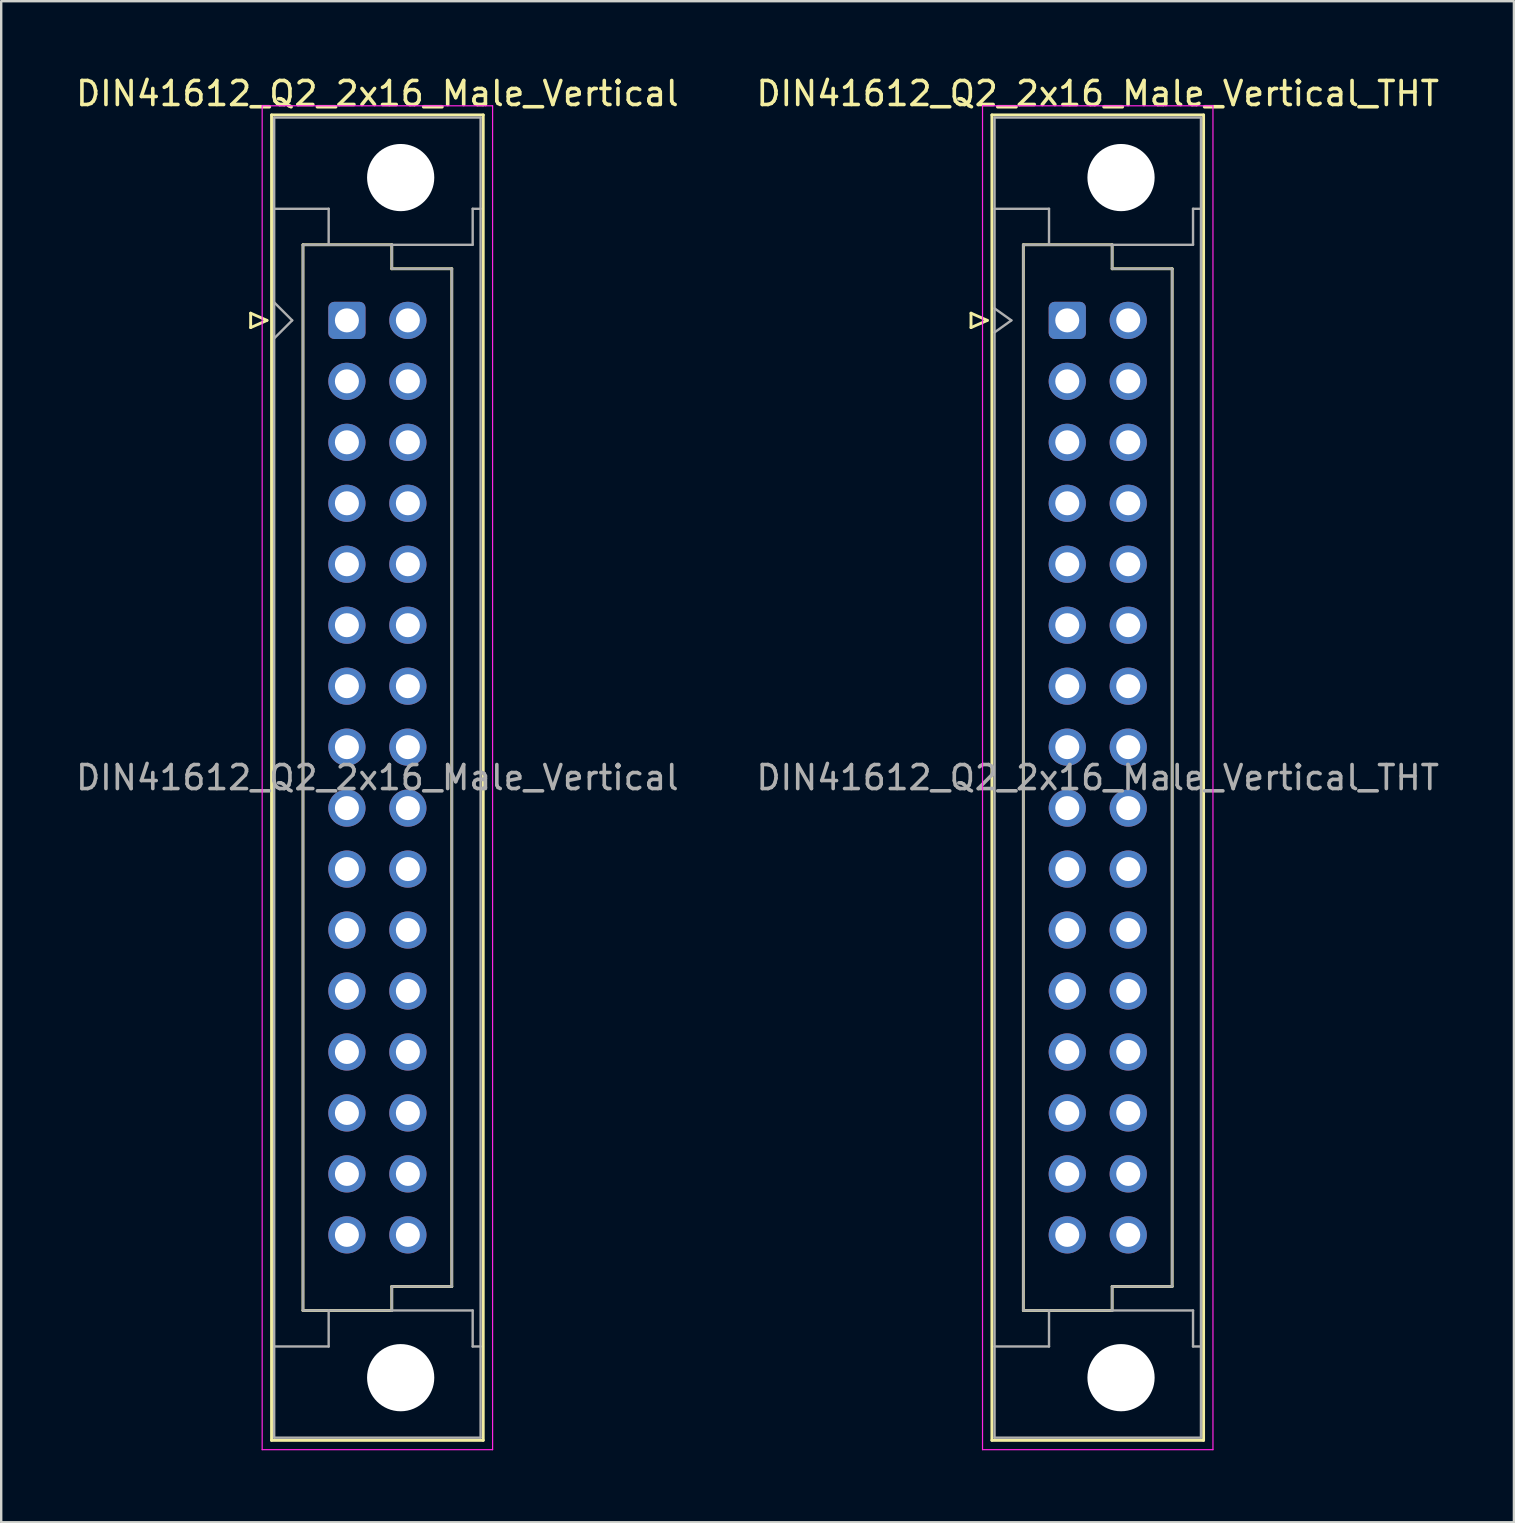
<source format=kicad_pcb>
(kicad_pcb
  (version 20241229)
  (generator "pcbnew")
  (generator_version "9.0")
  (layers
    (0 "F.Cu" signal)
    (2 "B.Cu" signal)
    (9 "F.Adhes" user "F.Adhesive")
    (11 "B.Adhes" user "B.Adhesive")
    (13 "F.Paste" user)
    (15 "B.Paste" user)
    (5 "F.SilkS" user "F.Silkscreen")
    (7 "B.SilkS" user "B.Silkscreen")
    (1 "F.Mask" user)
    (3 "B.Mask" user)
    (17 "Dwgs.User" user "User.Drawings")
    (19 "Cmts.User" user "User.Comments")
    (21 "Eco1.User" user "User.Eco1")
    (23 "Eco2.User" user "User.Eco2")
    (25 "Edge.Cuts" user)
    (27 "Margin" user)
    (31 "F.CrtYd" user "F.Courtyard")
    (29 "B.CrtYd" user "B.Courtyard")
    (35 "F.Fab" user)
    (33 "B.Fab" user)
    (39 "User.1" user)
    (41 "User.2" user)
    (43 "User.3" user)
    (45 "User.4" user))
  (footprint "DIN41612_Q2_2x16_Male_Vertical"
    (layer "F.Cu")
    (at 11.403 10.298)
    (property "Reference" "DIN41612_Q2_2x16_Male_Vertical" (at 1.27 -9.45 0) (layer "F.SilkS") (effects (font (size 1 1) (thickness 0.15))))
    (attr through_hole)
    (fp_line (start -4.01 -0.3) (end -4.01 0.3) (stroke (width 0.12) (type solid)) (layer "F.SilkS"))
    (fp_line (start -4.01 0.3) (end -3.33 0) (stroke (width 0.12) (type solid)) (layer "F.SilkS"))
    (fp_line (start -3.33 0) (end -4.01 -0.3) (stroke (width 0.12) (type solid)) (layer "F.SilkS"))
    (fp_line (start -3.14 -8.56) (end 5.68 -8.56) (stroke (width 0.12) (type solid)) (layer "F.SilkS"))
    (fp_line (start -3.14 46.66) (end -3.14 -8.56) (stroke (width 0.12) (type solid)) (layer "F.SilkS"))
    (fp_line (start -1.83 -3.15) (end 1.87 -3.15) (stroke (width 0.12) (type solid)) (layer "F.SilkS"))
    (fp_line (start -1.83 41.25) (end -1.83 -3.15) (stroke (width 0.12) (type solid)) (layer "F.SilkS"))
    (fp_line (start 1.87 -3.15) (end 1.87 -2.15) (stroke (width 0.12) (type solid)) (layer "F.SilkS"))
    (fp_line (start 1.87 -2.15) (end 4.37 -2.15) (stroke (width 0.12) (type solid)) (layer "F.SilkS"))
    (fp_line (start 1.87 40.25) (end 1.87 41.25) (stroke (width 0.12) (type solid)) (layer "F.SilkS"))
    (fp_line (start 1.87 41.25) (end -1.83 41.25) (stroke (width 0.12) (type solid)) (layer "F.SilkS"))
    (fp_line (start 4.37 -2.15) (end 4.37 40.25) (stroke (width 0.12) (type solid)) (layer "F.SilkS"))
    (fp_line (start 4.37 40.25) (end 1.87 40.25) (stroke (width 0.12) (type solid)) (layer "F.SilkS"))
    (fp_line (start 5.68 -8.56) (end 5.68 46.66) (stroke (width 0.12) (type solid)) (layer "F.SilkS"))
    (fp_line (start 5.68 46.66) (end -3.14 46.66) (stroke (width 0.12) (type solid)) (layer "F.SilkS"))
    (fp_line (start -3.53 -8.94) (end 6.07 -8.94) (stroke (width 0.05) (type solid)) (layer "F.CrtYd"))
    (fp_line (start -3.53 47.05) (end -3.53 -8.94) (stroke (width 0.05) (type solid)) (layer "F.CrtYd"))
    (fp_line (start 6.07 -8.94) (end 6.07 47.05) (stroke (width 0.05) (type solid)) (layer "F.CrtYd"))
    (fp_line (start 6.07 47.05) (end -3.53 47.05) (stroke (width 0.05) (type solid)) (layer "F.CrtYd"))
    (fp_line (start -3.03 -8.45) (end 5.57 -8.45) (stroke (width 0.1) (type solid)) (layer "F.Fab"))
    (fp_line (start -3.03 -4.65) (end -0.76 -4.65) (stroke (width 0.1) (type solid)) (layer "F.Fab"))
    (fp_line (start -3.03 -0.75) (end -2.28 0) (stroke (width 0.1) (type solid)) (layer "F.Fab"))
    (fp_line (start -3.03 42.75) (end -0.76 42.75) (stroke (width 0.1) (type solid)) (layer "F.Fab"))
    (fp_line (start -3.03 46.55) (end -3.03 -8.45) (stroke (width 0.1) (type solid)) (layer "F.Fab"))
    (fp_line (start -2.28 0) (end -3.03 0.75) (stroke (width 0.1) (type solid)) (layer "F.Fab"))
    (fp_line (start -1.83 -3.15) (end 1.87 -3.15) (stroke (width 0.1) (type solid)) (layer "F.Fab"))
    (fp_line (start -1.83 41.25) (end -1.83 -3.15) (stroke (width 0.1) (type solid)) (layer "F.Fab"))
    (fp_line (start -0.76 -4.65) (end -0.76 -3.15) (stroke (width 0.1) (type solid)) (layer "F.Fab"))
    (fp_line (start -0.76 42.75) (end -0.76 41.25) (stroke (width 0.1) (type solid)) (layer "F.Fab"))
    (fp_line (start 1.87 -3.15) (end 1.87 -2.15) (stroke (width 0.1) (type solid)) (layer "F.Fab"))
    (fp_line (start 1.87 -3.15) (end 5.24 -3.15) (stroke (width 0.1) (type solid)) (layer "F.Fab"))
    (fp_line (start 1.87 -2.15) (end 4.37 -2.15) (stroke (width 0.1) (type solid)) (layer "F.Fab"))
    (fp_line (start 1.87 40.25) (end 1.87 41.25) (stroke (width 0.1) (type solid)) (layer "F.Fab"))
    (fp_line (start 1.87 41.25) (end -1.83 41.25) (stroke (width 0.1) (type solid)) (layer "F.Fab"))
    (fp_line (start 1.87 41.25) (end 5.24 41.25) (stroke (width 0.1) (type solid)) (layer "F.Fab"))
    (fp_line (start 4.37 -2.15) (end 4.37 40.25) (stroke (width 0.1) (type solid)) (layer "F.Fab"))
    (fp_line (start 4.37 40.25) (end 1.87 40.25) (stroke (width 0.1) (type solid)) (layer "F.Fab"))
    (fp_line (start 5.24 -4.65) (end 5.57 -4.65) (stroke (width 0.1) (type solid)) (layer "F.Fab"))
    (fp_line (start 5.24 -3.15) (end 5.24 -4.65) (stroke (width 0.1) (type solid)) (layer "F.Fab"))
    (fp_line (start 5.24 41.25) (end 5.24 42.75) (stroke (width 0.1) (type solid)) (layer "F.Fab"))
    (fp_line (start 5.24 42.75) (end 5.57 42.75) (stroke (width 0.1) (type solid)) (layer "F.Fab"))
    (fp_line (start 5.57 -8.45) (end 5.57 46.55) (stroke (width 0.1) (type solid)) (layer "F.Fab"))
    (fp_line (start 5.57 46.55) (end -3.03 46.55) (stroke (width 0.1) (type solid)) (layer "F.Fab"))
    (fp_text user "${REFERENCE}" (at 1.27 19.05 0) (layer "F.Fab") (effects (font (size 1 1) (thickness 0.15))))
    (pad "" np_thru_hole circle (at 2.24 -5.95) (size 2.8 2.8) (drill 2.8) (layers "*.Cu" "*.Mask"))
    (pad "" np_thru_hole circle (at 2.24 44.05) (size 2.8 2.8) (drill 2.8) (layers "*.Cu" "*.Mask"))
    (pad "a1" thru_hole roundrect (at 0 0) (size 1.55 1.55) (drill 1) (layers "*.Cu" "*.Mask") (roundrect_rratio 0.161))
    (pad "a2" thru_hole circle (at 0 2.54) (size 1.55 1.55) (drill 1) (layers "*.Cu" "*.Mask"))
    (pad "a3" thru_hole circle (at 0 5.08) (size 1.55 1.55) (drill 1) (layers "*.Cu" "*.Mask"))
    (pad "a4" thru_hole circle (at 0 7.62) (size 1.55 1.55) (drill 1) (layers "*.Cu" "*.Mask"))
    (pad "a5" thru_hole circle (at 0 10.16) (size 1.55 1.55) (drill 1) (layers "*.Cu" "*.Mask"))
    (pad "a6" thru_hole circle (at 0 12.7) (size 1.55 1.55) (drill 1) (layers "*.Cu" "*.Mask"))
    (pad "a7" thru_hole circle (at 0 15.24) (size 1.55 1.55) (drill 1) (layers "*.Cu" "*.Mask"))
    (pad "a8" thru_hole circle (at 0 17.78) (size 1.55 1.55) (drill 1) (layers "*.Cu" "*.Mask"))
    (pad "a9" thru_hole circle (at 0 20.32) (size 1.55 1.55) (drill 1) (layers "*.Cu" "*.Mask"))
    (pad "a10" thru_hole circle (at 0 22.86) (size 1.55 1.55) (drill 1) (layers "*.Cu" "*.Mask"))
    (pad "a11" thru_hole circle (at 0 25.4) (size 1.55 1.55) (drill 1) (layers "*.Cu" "*.Mask"))
    (pad "a12" thru_hole circle (at 0 27.94) (size 1.55 1.55) (drill 1) (layers "*.Cu" "*.Mask"))
    (pad "a13" thru_hole circle (at 0 30.48) (size 1.55 1.55) (drill 1) (layers "*.Cu" "*.Mask"))
    (pad "a14" thru_hole circle (at 0 33.02) (size 1.55 1.55) (drill 1) (layers "*.Cu" "*.Mask"))
    (pad "a15" thru_hole circle (at 0 35.56) (size 1.55 1.55) (drill 1) (layers "*.Cu" "*.Mask"))
    (pad "a16" thru_hole circle (at 0 38.1) (size 1.55 1.55) (drill 1) (layers "*.Cu" "*.Mask"))
    (pad "b1" thru_hole circle (at 2.54 0) (size 1.55 1.55) (drill 1) (layers "*.Cu" "*.Mask"))
    (pad "b2" thru_hole circle (at 2.54 2.54) (size 1.55 1.55) (drill 1) (layers "*.Cu" "*.Mask"))
    (pad "b3" thru_hole circle (at 2.54 5.08) (size 1.55 1.55) (drill 1) (layers "*.Cu" "*.Mask"))
    (pad "b4" thru_hole circle (at 2.54 7.62) (size 1.55 1.55) (drill 1) (layers "*.Cu" "*.Mask"))
    (pad "b5" thru_hole circle (at 2.54 10.16) (size 1.55 1.55) (drill 1) (layers "*.Cu" "*.Mask"))
    (pad "b6" thru_hole circle (at 2.54 12.7) (size 1.55 1.55) (drill 1) (layers "*.Cu" "*.Mask"))
    (pad "b7" thru_hole circle (at 2.54 15.24) (size 1.55 1.55) (drill 1) (layers "*.Cu" "*.Mask"))
    (pad "b8" thru_hole circle (at 2.54 17.78) (size 1.55 1.55) (drill 1) (layers "*.Cu" "*.Mask"))
    (pad "b9" thru_hole circle (at 2.54 20.32) (size 1.55 1.55) (drill 1) (layers "*.Cu" "*.Mask"))
    (pad "b10" thru_hole circle (at 2.54 22.86) (size 1.55 1.55) (drill 1) (layers "*.Cu" "*.Mask"))
    (pad "b11" thru_hole circle (at 2.54 25.4) (size 1.55 1.55) (drill 1) (layers "*.Cu" "*.Mask"))
    (pad "b12" thru_hole circle (at 2.54 27.94) (size 1.55 1.55) (drill 1) (layers "*.Cu" "*.Mask"))
    (pad "b13" thru_hole circle (at 2.54 30.48) (size 1.55 1.55) (drill 1) (layers "*.Cu" "*.Mask"))
    (pad "b14" thru_hole circle (at 2.54 33.02) (size 1.55 1.55) (drill 1) (layers "*.Cu" "*.Mask"))
    (pad "b15" thru_hole circle (at 2.54 35.56) (size 1.55 1.55) (drill 1) (layers "*.Cu" "*.Mask"))
    (pad "b16" thru_hole circle (at 2.54 38.1) (size 1.55 1.55) (drill 1) (layers "*.Cu" "*.Mask")))
  (footprint "DIN41612_Q2_2x16_Male_Vertical_THT"
    (layer "F.Cu")
    (at 41.415 10.298)
    (property "Reference" "DIN41612_Q2_2x16_Male_Vertical_THT" (at 1.27 -9.45 0) (layer "F.SilkS") (effects (font (size 1 1) (thickness 0.15))))
    (attr through_hole)
    (fp_line (start -4.01 -0.3) (end -4.01 0.3) (stroke (width 0.12) (type solid)) (layer "F.SilkS"))
    (fp_line (start -4.01 0.3) (end -3.33 0) (stroke (width 0.12) (type solid)) (layer "F.SilkS"))
    (fp_line (start -3.33 0) (end -4.01 -0.3) (stroke (width 0.12) (type solid)) (layer "F.SilkS"))
    (fp_line (start -3.14 -8.56) (end 5.68 -8.56) (stroke (width 0.12) (type solid)) (layer "F.SilkS"))
    (fp_line (start -3.14 46.66) (end -3.14 -8.56) (stroke (width 0.12) (type solid)) (layer "F.SilkS"))
    (fp_line (start -1.83 -3.15) (end 1.87 -3.15) (stroke (width 0.12) (type solid)) (layer "F.SilkS"))
    (fp_line (start -1.83 41.25) (end -1.83 -3.15) (stroke (width 0.12) (type solid)) (layer "F.SilkS"))
    (fp_line (start 1.87 -3.15) (end 1.87 -2.15) (stroke (width 0.12) (type solid)) (layer "F.SilkS"))
    (fp_line (start 1.87 -2.15) (end 4.37 -2.15) (stroke (width 0.12) (type solid)) (layer "F.SilkS"))
    (fp_line (start 1.87 40.25) (end 1.87 41.25) (stroke (width 0.12) (type solid)) (layer "F.SilkS"))
    (fp_line (start 1.87 41.25) (end -1.83 41.25) (stroke (width 0.12) (type solid)) (layer "F.SilkS"))
    (fp_line (start 4.37 -2.15) (end 4.37 40.25) (stroke (width 0.12) (type solid)) (layer "F.SilkS"))
    (fp_line (start 4.37 40.25) (end 1.87 40.25) (stroke (width 0.12) (type solid)) (layer "F.SilkS"))
    (fp_line (start 5.68 -8.56) (end 5.68 46.66) (stroke (width 0.12) (type solid)) (layer "F.SilkS"))
    (fp_line (start 5.68 46.66) (end -3.14 46.66) (stroke (width 0.12) (type solid)) (layer "F.SilkS"))
    (fp_line (start -3.53 -8.94) (end 6.07 -8.94) (stroke (width 0.05) (type solid)) (layer "F.CrtYd"))
    (fp_line (start -3.53 47.05) (end -3.53 -8.94) (stroke (width 0.05) (type solid)) (layer "F.CrtYd"))
    (fp_line (start 6.07 -8.94) (end 6.07 47.05) (stroke (width 0.05) (type solid)) (layer "F.CrtYd"))
    (fp_line (start 6.07 47.05) (end -3.53 47.05) (stroke (width 0.05) (type solid)) (layer "F.CrtYd"))
    (fp_line (start -3.03 -8.45) (end 5.57 -8.45) (stroke (width 0.1) (type solid)) (layer "F.Fab"))
    (fp_line (start -3.03 -4.65) (end -0.76 -4.65) (stroke (width 0.1) (type solid)) (layer "F.Fab"))
    (fp_line (start -3.03 -0.5) (end -2.33 0) (stroke (width 0.1) (type solid)) (layer "F.Fab"))
    (fp_line (start -3.03 42.75) (end -0.76 42.75) (stroke (width 0.1) (type solid)) (layer "F.Fab"))
    (fp_line (start -3.03 46.55) (end -3.03 -8.45) (stroke (width 0.1) (type solid)) (layer "F.Fab"))
    (fp_line (start -2.33 0) (end -3.03 0.5) (stroke (width 0.1) (type solid)) (layer "F.Fab"))
    (fp_line (start -1.83 -3.15) (end 1.87 -3.15) (stroke (width 0.1) (type solid)) (layer "F.Fab"))
    (fp_line (start -1.83 41.25) (end -1.83 -3.15) (stroke (width 0.1) (type solid)) (layer "F.Fab"))
    (fp_line (start -0.76 -4.65) (end -0.76 -3.15) (stroke (width 0.1) (type solid)) (layer "F.Fab"))
    (fp_line (start -0.76 42.75) (end -0.76 41.25) (stroke (width 0.1) (type solid)) (layer "F.Fab"))
    (fp_line (start 1.87 -3.15) (end 1.87 -2.15) (stroke (width 0.1) (type solid)) (layer "F.Fab"))
    (fp_line (start 1.87 -3.15) (end 5.24 -3.15) (stroke (width 0.1) (type solid)) (layer "F.Fab"))
    (fp_line (start 1.87 -2.15) (end 4.37 -2.15) (stroke (width 0.1) (type solid)) (layer "F.Fab"))
    (fp_line (start 1.87 40.25) (end 1.87 41.25) (stroke (width 0.1) (type solid)) (layer "F.Fab"))
    (fp_line (start 1.87 41.25) (end -1.83 41.25) (stroke (width 0.1) (type solid)) (layer "F.Fab"))
    (fp_line (start 1.87 41.25) (end 5.24 41.25) (stroke (width 0.1) (type solid)) (layer "F.Fab"))
    (fp_line (start 4.37 -2.15) (end 4.37 40.25) (stroke (width 0.1) (type solid)) (layer "F.Fab"))
    (fp_line (start 4.37 40.25) (end 1.87 40.25) (stroke (width 0.1) (type solid)) (layer "F.Fab"))
    (fp_line (start 5.24 -4.65) (end 5.57 -4.65) (stroke (width 0.1) (type solid)) (layer "F.Fab"))
    (fp_line (start 5.24 -3.15) (end 5.24 -4.65) (stroke (width 0.1) (type solid)) (layer "F.Fab"))
    (fp_line (start 5.24 41.25) (end 5.24 42.75) (stroke (width 0.1) (type solid)) (layer "F.Fab"))
    (fp_line (start 5.24 42.75) (end 5.57 42.75) (stroke (width 0.1) (type solid)) (layer "F.Fab"))
    (fp_line (start 5.57 -8.45) (end 5.57 46.55) (stroke (width 0.1) (type solid)) (layer "F.Fab"))
    (fp_line (start 5.57 46.55) (end -3.03 46.55) (stroke (width 0.1) (type solid)) (layer "F.Fab"))
    (fp_text user "${REFERENCE}" (at 1.27 19.05 0) (layer "F.Fab") (effects (font (size 1 1) (thickness 0.15))))
    (pad "" np_thru_hole circle (at 2.24 -5.95) (size 2.8 2.8) (drill 2.8) (layers "*.Cu" "*.Mask"))
    (pad "" np_thru_hole circle (at 2.24 44.05) (size 2.8 2.8) (drill 2.8) (layers "*.Cu" "*.Mask"))
    (pad "a1" thru_hole roundrect (at 0 0) (size 1.55 1.55) (drill 1) (layers "*.Cu" "*.Mask") (roundrect_rratio 0.161))
    (pad "a2" thru_hole circle (at 0 2.54) (size 1.55 1.55) (drill 1) (layers "*.Cu" "*.Mask"))
    (pad "a3" thru_hole circle (at 0 5.08) (size 1.55 1.55) (drill 1) (layers "*.Cu" "*.Mask"))
    (pad "a4" thru_hole circle (at 0 7.62) (size 1.55 1.55) (drill 1) (layers "*.Cu" "*.Mask"))
    (pad "a5" thru_hole circle (at 0 10.16) (size 1.55 1.55) (drill 1) (layers "*.Cu" "*.Mask"))
    (pad "a6" thru_hole circle (at 0 12.7) (size 1.55 1.55) (drill 1) (layers "*.Cu" "*.Mask"))
    (pad "a7" thru_hole circle (at 0 15.24) (size 1.55 1.55) (drill 1) (layers "*.Cu" "*.Mask"))
    (pad "a8" thru_hole circle (at 0 17.78) (size 1.55 1.55) (drill 1) (layers "*.Cu" "*.Mask"))
    (pad "a9" thru_hole circle (at 0 20.32) (size 1.55 1.55) (drill 1) (layers "*.Cu" "*.Mask"))
    (pad "a10" thru_hole circle (at 0 22.86) (size 1.55 1.55) (drill 1) (layers "*.Cu" "*.Mask"))
    (pad "a11" thru_hole circle (at 0 25.4) (size 1.55 1.55) (drill 1) (layers "*.Cu" "*.Mask"))
    (pad "a12" thru_hole circle (at 0 27.94) (size 1.55 1.55) (drill 1) (layers "*.Cu" "*.Mask"))
    (pad "a13" thru_hole circle (at 0 30.48) (size 1.55 1.55) (drill 1) (layers "*.Cu" "*.Mask"))
    (pad "a14" thru_hole circle (at 0 33.02) (size 1.55 1.55) (drill 1) (layers "*.Cu" "*.Mask"))
    (pad "a15" thru_hole circle (at 0 35.56) (size 1.55 1.55) (drill 1) (layers "*.Cu" "*.Mask"))
    (pad "a16" thru_hole circle (at 0 38.1) (size 1.55 1.55) (drill 1) (layers "*.Cu" "*.Mask"))
    (pad "b1" thru_hole circle (at 2.54 0) (size 1.55 1.55) (drill 1) (layers "*.Cu" "*.Mask"))
    (pad "b2" thru_hole circle (at 2.54 2.54) (size 1.55 1.55) (drill 1) (layers "*.Cu" "*.Mask"))
    (pad "b3" thru_hole circle (at 2.54 5.08) (size 1.55 1.55) (drill 1) (layers "*.Cu" "*.Mask"))
    (pad "b4" thru_hole circle (at 2.54 7.62) (size 1.55 1.55) (drill 1) (layers "*.Cu" "*.Mask"))
    (pad "b5" thru_hole circle (at 2.54 10.16) (size 1.55 1.55) (drill 1) (layers "*.Cu" "*.Mask"))
    (pad "b6" thru_hole circle (at 2.54 12.7) (size 1.55 1.55) (drill 1) (layers "*.Cu" "*.Mask"))
    (pad "b7" thru_hole circle (at 2.54 15.24) (size 1.55 1.55) (drill 1) (layers "*.Cu" "*.Mask"))
    (pad "b8" thru_hole circle (at 2.54 17.78) (size 1.55 1.55) (drill 1) (layers "*.Cu" "*.Mask"))
    (pad "b9" thru_hole circle (at 2.54 20.32) (size 1.55 1.55) (drill 1) (layers "*.Cu" "*.Mask"))
    (pad "b10" thru_hole circle (at 2.54 22.86) (size 1.55 1.55) (drill 1) (layers "*.Cu" "*.Mask"))
    (pad "b11" thru_hole circle (at 2.54 25.4) (size 1.55 1.55) (drill 1) (layers "*.Cu" "*.Mask"))
    (pad "b12" thru_hole circle (at 2.54 27.94) (size 1.55 1.55) (drill 1) (layers "*.Cu" "*.Mask"))
    (pad "b13" thru_hole circle (at 2.54 30.48) (size 1.55 1.55) (drill 1) (layers "*.Cu" "*.Mask"))
    (pad "b14" thru_hole circle (at 2.54 33.02) (size 1.55 1.55) (drill 1) (layers "*.Cu" "*.Mask"))
    (pad "b15" thru_hole circle (at 2.54 35.56) (size 1.55 1.55) (drill 1) (layers "*.Cu" "*.Mask"))
    (pad "b16" thru_hole circle (at 2.54 38.1) (size 1.55 1.55) (drill 1) (layers "*.Cu" "*.Mask")))
  (gr_rect
    (start -3 -3)
    (end 60.024 60.373)
    (stroke (width 0.1) (type default))
    (fill no)
    (layer "Edge.Cuts")))
</source>
